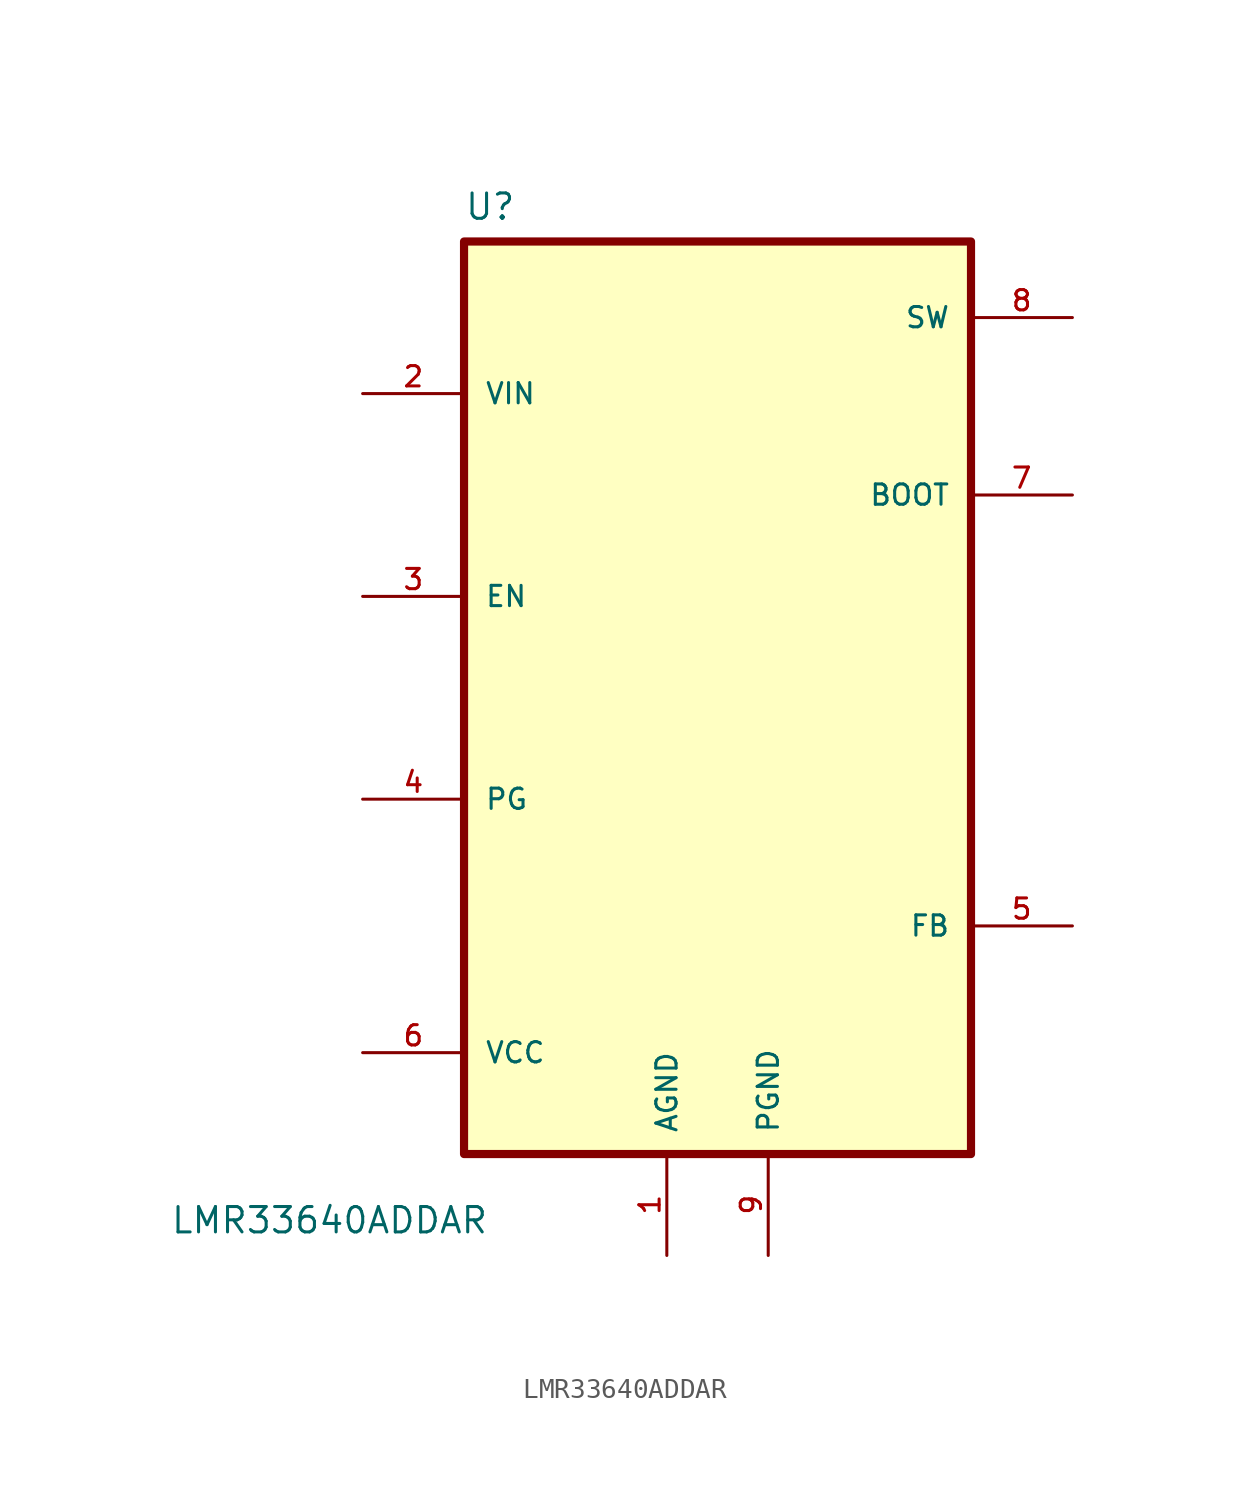
<source format=kicad_sym>
(kicad_symbol_lib
  (version 20241209)
  (generator "kicad_symbol_editor")
  (generator_version "9.0")
  (symbol "LMR33640ADDAR"
    (pin_names
      (offset 1.016))
    (property "Reference" "U"
      (at -12.7 23.86 0)
      (effects (font (size 1.27 1.27)) (justify left bottom)))
    (property "Value" "LMR33640ADDAR"
      (at -27.432 -26.924 0)
      (effects (font (size 1.27 1.27)) (justify left bottom)))
    (symbol "LMR33640ADDAR_0_0"
      (rectangle (start -12.7 22.86) (end 12.7 -22.86) (stroke (width 0.41) (type default)) (fill (type background)))
      (pin input line (at -17.78 15.24 0) (length 5.08) (name "VIN" (effects (font (size 1.016 1.016)))) (number "2" (effects (font (size 1.016 1.016)))))
      (pin bidirectional line (at -17.78 5.08 0) (length 5.08) (name "EN" (effects (font (size 1.016 1.016)))) (number "3" (effects (font (size 1.016 1.016)))))
      (pin bidirectional line (at -17.78 -5.08 0) (length 5.08) (name "PG" (effects (font (size 1.016 1.016)))) (number "4" (effects (font (size 1.016 1.016)))))
      (pin power_in line (at -17.78 -17.78 0) (length 5.08) (name "VCC" (effects (font (size 1.016 1.016)))) (number "6" (effects (font (size 1.016 1.016)))))
      (pin power_in line (at -2.54 -27.94 90) (length 5.08) (name "AGND" (effects (font (size 1.016 1.016)))) (number "1" (effects (font (size 1.016 1.016)))))
      (pin bidirectional line (at 17.78 19.05 180) (length 5.08) (name "SW" (effects (font (size 1.016 1.016)))) (number "8" (effects (font (size 1.016 1.016)))))
      (pin bidirectional line (at 17.78 10.16 180) (length 5.08) (name "BOOT" (effects (font (size 1.016 1.016)))) (number "7" (effects (font (size 1.016 1.016)))))
      (pin bidirectional line (at 17.78 -11.43 180) (length 5.08) (name "FB" (effects (font (size 1.016 1.016)))) (number "5" (effects (font (size 1.016 1.016))))))
    (symbol "LMR33640ADDAR_1_0"
      (pin power_in line (at 2.54 -27.94 90) (length 5.08) (name "PGND" (effects (font (size 1.016 1.016)))) (number "9" (effects (font (size 1.016 1.016))))))))
</source>
